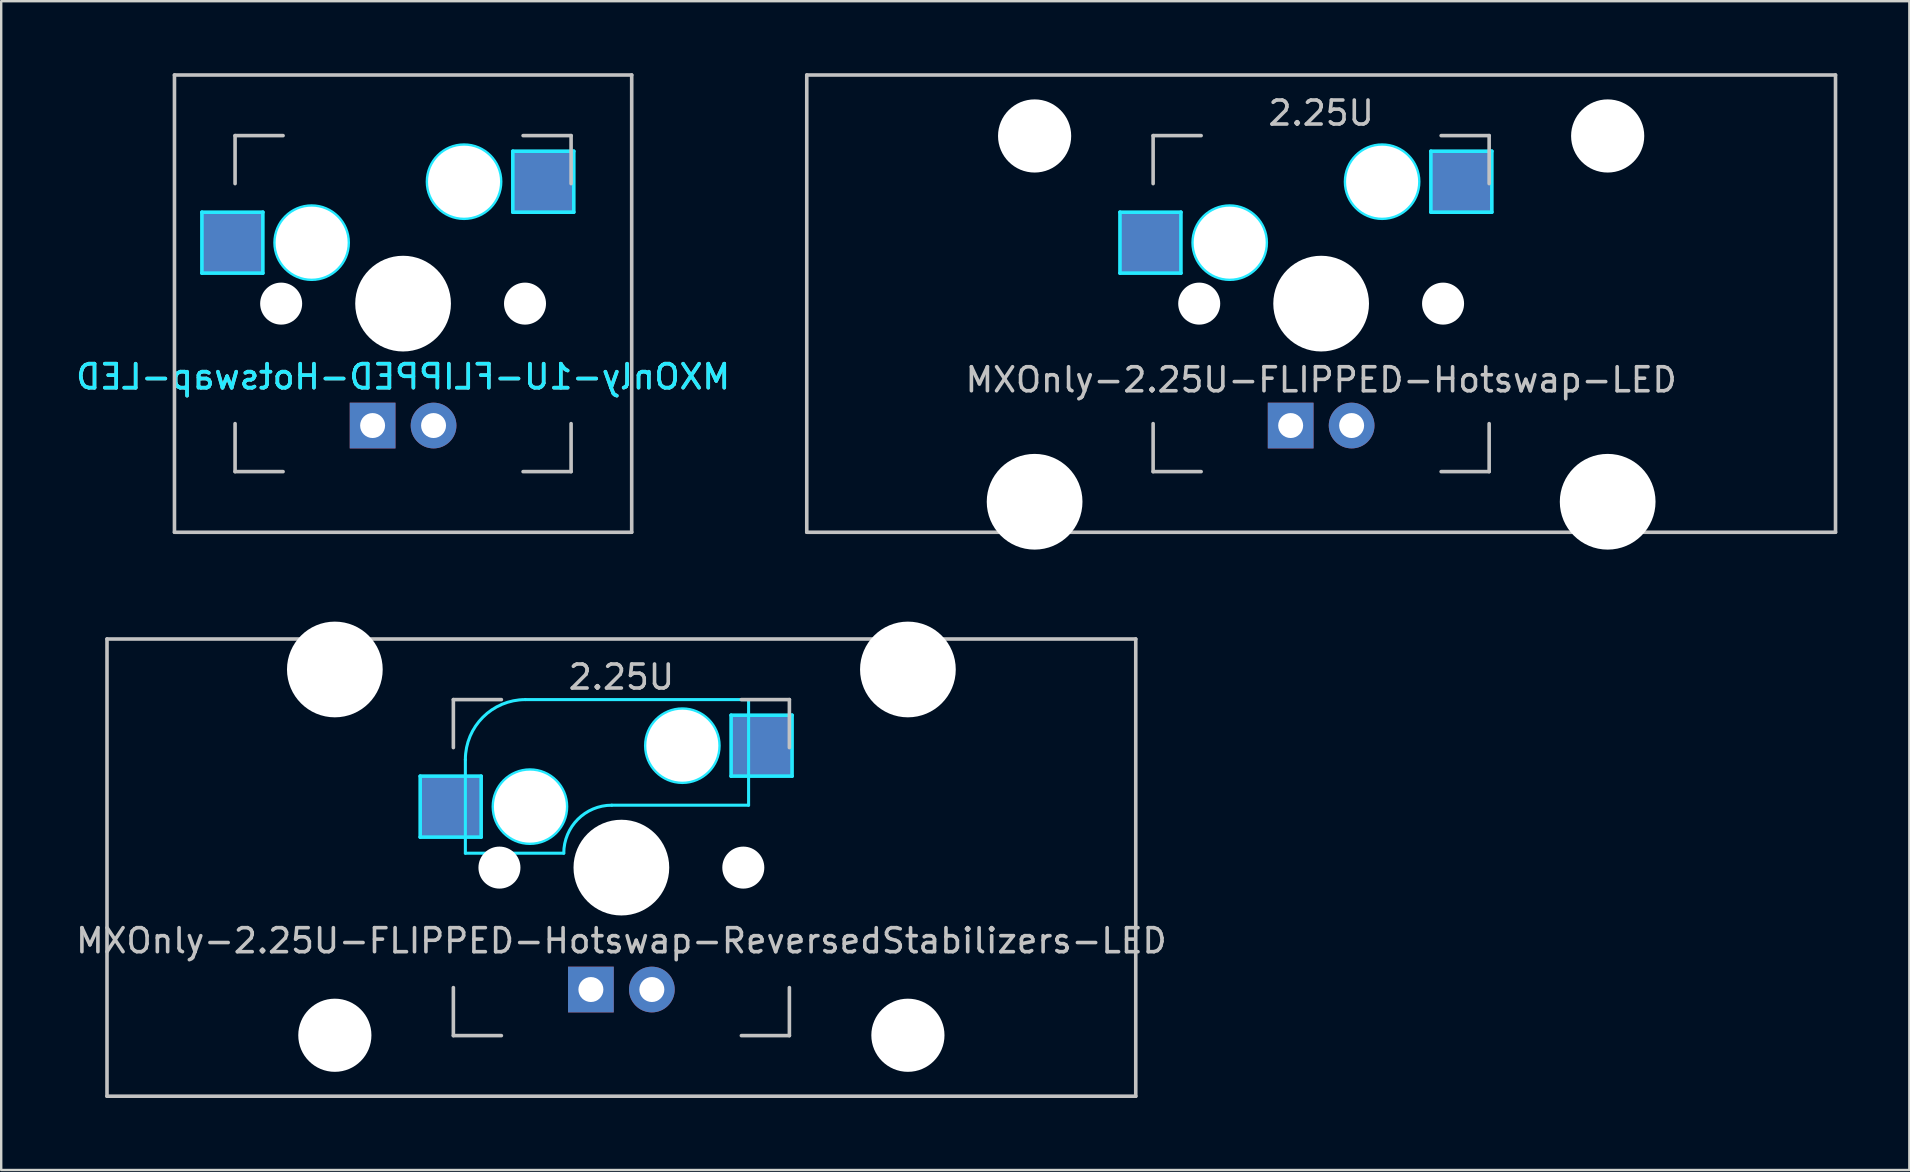
<source format=kicad_pcb>
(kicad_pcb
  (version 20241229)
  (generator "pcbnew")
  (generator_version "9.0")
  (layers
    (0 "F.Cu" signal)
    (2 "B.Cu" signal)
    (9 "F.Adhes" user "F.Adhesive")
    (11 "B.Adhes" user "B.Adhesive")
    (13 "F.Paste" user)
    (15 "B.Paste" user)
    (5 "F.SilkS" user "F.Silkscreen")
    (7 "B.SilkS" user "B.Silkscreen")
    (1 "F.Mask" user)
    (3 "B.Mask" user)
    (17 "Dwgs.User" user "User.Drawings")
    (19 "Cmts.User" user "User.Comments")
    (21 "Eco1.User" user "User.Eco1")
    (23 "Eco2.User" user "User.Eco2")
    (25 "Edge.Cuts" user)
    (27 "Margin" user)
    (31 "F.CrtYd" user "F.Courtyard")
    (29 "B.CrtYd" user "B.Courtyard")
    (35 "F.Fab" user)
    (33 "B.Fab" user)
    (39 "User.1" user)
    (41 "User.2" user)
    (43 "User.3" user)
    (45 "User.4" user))
  (footprint "MXOnly-1U-FLIPPED-Hotswap-LED"
    (layer "F.Cu")
    (at 13.744 9.6)
    (property "Reference" "MXOnly-1U-FLIPPED-Hotswap-LED" (at 0 3.048 0) (layer "B.CrtYd") (effects (font (size 1 1) (thickness 0.15)) (justify mirror)))
    (attr smd)
    (fp_line (start -9.525 -9.525) (end 9.525 -9.525) (stroke (width 0.15) (type solid)) (layer "Dwgs.User"))
    (fp_line (start -9.525 9.525) (end -9.525 -9.525) (stroke (width 0.15) (type solid)) (layer "Dwgs.User"))
    (fp_line (start -7 -7) (end -7 -5) (stroke (width 0.15) (type solid)) (layer "Dwgs.User"))
    (fp_line (start -7 5) (end -7 7) (stroke (width 0.15) (type solid)) (layer "Dwgs.User"))
    (fp_line (start -7 7) (end -5 7) (stroke (width 0.15) (type solid)) (layer "Dwgs.User"))
    (fp_line (start -5 -7) (end -7 -7) (stroke (width 0.15) (type solid)) (layer "Dwgs.User"))
    (fp_line (start 5 -7) (end 7 -7) (stroke (width 0.15) (type solid)) (layer "Dwgs.User"))
    (fp_line (start 5 7) (end 7 7) (stroke (width 0.15) (type solid)) (layer "Dwgs.User"))
    (fp_line (start 7 -7) (end 7 -5) (stroke (width 0.15) (type solid)) (layer "Dwgs.User"))
    (fp_line (start 7 7) (end 7 5) (stroke (width 0.15) (type solid)) (layer "Dwgs.User"))
    (fp_line (start 9.525 -9.525) (end 9.525 9.525) (stroke (width 0.15) (type solid)) (layer "Dwgs.User"))
    (fp_line (start 9.525 9.525) (end -9.525 9.525) (stroke (width 0.15) (type solid)) (layer "Dwgs.User"))
    (fp_line (start -8.382 -3.81) (end -8.382 -1.27) (stroke (width 0.15) (type solid)) (layer "B.CrtYd"))
    (fp_line (start -8.382 -1.27) (end -5.842 -1.27) (stroke (width 0.15) (type solid)) (layer "B.CrtYd"))
    (fp_line (start -5.842 -3.81) (end -8.382 -3.81) (stroke (width 0.15) (type solid)) (layer "B.CrtYd"))
    (fp_line (start -5.842 -1.27) (end -5.842 -3.81) (stroke (width 0.15) (type solid)) (layer "B.CrtYd"))
    (fp_line (start 4.572 -6.35) (end 7.112 -6.35) (stroke (width 0.15) (type solid)) (layer "B.CrtYd"))
    (fp_line (start 4.572 -3.81) (end 4.572 -6.35) (stroke (width 0.15) (type solid)) (layer "B.CrtYd"))
    (fp_line (start 7.112 -6.35) (end 7.112 -3.81) (stroke (width 0.15) (type solid)) (layer "B.CrtYd"))
    (fp_line (start 7.112 -3.81) (end 4.572 -3.81) (stroke (width 0.15) (type solid)) (layer "B.CrtYd"))
    (fp_circle (center -3.81 -2.54) (end -3.81 -4.064) (stroke (width 0.15) (type solid)) (fill no) (layer "B.CrtYd"))
    (fp_circle (center 2.54 -5.08) (end 2.54 -6.604) (stroke (width 0.15) (type solid)) (fill no) (layer "B.CrtYd"))
    (fp_text user "${REFERENCE}" (at 0 3.048 0) (layer "B.SilkS") (effects (font (size 1 1) (thickness 0.15)) (justify mirror)))
    (pad "" np_thru_hole circle (at -5.08 0 48.1) (size 1.75 1.75) (drill 1.75) (layers "*.Cu" "*.Mask"))
    (pad "" np_thru_hole circle (at -3.81 -2.54) (size 3 3) (drill 3) (layers "*.Cu" "*.Mask"))
    (pad "" np_thru_hole circle (at 0 0) (size 3.988 3.988) (drill 3.988) (layers "*.Cu" "*.Mask"))
    (pad "" np_thru_hole circle (at 2.54 -5.08) (size 3 3) (drill 3) (layers "*.Cu" "*.Mask"))
    (pad "" np_thru_hole circle (at 5.08 0 48.1) (size 1.75 1.75) (drill 1.75) (layers "*.Cu" "*.Mask"))
    (pad "1" smd rect (at -7.085 -2.54) (size 2.55 2.5) (layers "B.Cu" "B.Mask" "B.Paste"))
    (pad "2" smd rect (at 5.842 -5.08) (size 2.55 2.5) (layers "B.Cu" "B.Mask" "B.Paste"))
    (pad "3" thru_hole circle (at 1.27 5.08) (size 1.905 1.905) (drill 1.04) (layers "*.Cu" "B.Mask"))
    (pad "4" thru_hole rect (at -1.27 5.08) (size 1.905 1.905) (drill 1.04) (layers "*.Cu" "B.Mask")))
  (footprint "MXOnly-2.25U-FLIPPED-Hotswap-LED"
    (layer "F.Cu")
    (at 51.994 9.6)
    (property "Reference" "MXOnly-2.25U-FLIPPED-Hotswap-LED" (at 0 3.175 0) (layer "Dwgs.User") (effects (font (size 1 1) (thickness 0.15))))
    (attr through_hole)
    (fp_line (start -21.431 -9.525) (end 21.431 -9.525) (stroke (width 0.15) (type solid)) (layer "Dwgs.User"))
    (fp_line (start -21.431 9.525) (end -21.431 -9.525) (stroke (width 0.15) (type solid)) (layer "Dwgs.User"))
    (fp_line (start -7 -7) (end -7 -5) (stroke (width 0.15) (type solid)) (layer "Dwgs.User"))
    (fp_line (start -7 5) (end -7 7) (stroke (width 0.15) (type solid)) (layer "Dwgs.User"))
    (fp_line (start -7 7) (end -5 7) (stroke (width 0.15) (type solid)) (layer "Dwgs.User"))
    (fp_line (start -5 -7) (end -7 -7) (stroke (width 0.15) (type solid)) (layer "Dwgs.User"))
    (fp_line (start 5 -7) (end 7 -7) (stroke (width 0.15) (type solid)) (layer "Dwgs.User"))
    (fp_line (start 5 7) (end 7 7) (stroke (width 0.15) (type solid)) (layer "Dwgs.User"))
    (fp_line (start 7 -7) (end 7 -5) (stroke (width 0.15) (type solid)) (layer "Dwgs.User"))
    (fp_line (start 7 7) (end 7 5) (stroke (width 0.15) (type solid)) (layer "Dwgs.User"))
    (fp_line (start 21.431 -9.525) (end 21.431 9.525) (stroke (width 0.15) (type solid)) (layer "Dwgs.User"))
    (fp_line (start 21.431 9.525) (end -21.431 9.525) (stroke (width 0.15) (type solid)) (layer "Dwgs.User"))
    (fp_line (start -8.382 -3.81) (end -5.842 -3.81) (stroke (width 0.15) (type solid)) (layer "B.CrtYd"))
    (fp_line (start -8.382 -1.27) (end -8.382 -3.81) (stroke (width 0.15) (type solid)) (layer "B.CrtYd"))
    (fp_line (start -5.842 -3.81) (end -5.842 -1.27) (stroke (width 0.15) (type solid)) (layer "B.CrtYd"))
    (fp_line (start -5.842 -1.27) (end -8.382 -1.27) (stroke (width 0.15) (type solid)) (layer "B.CrtYd"))
    (fp_line (start 4.572 -6.35) (end 7.112 -6.35) (stroke (width 0.15) (type solid)) (layer "B.CrtYd"))
    (fp_line (start 4.572 -3.81) (end 4.572 -6.35) (stroke (width 0.15) (type solid)) (layer "B.CrtYd"))
    (fp_line (start 7.112 -6.35) (end 7.112 -3.81) (stroke (width 0.15) (type solid)) (layer "B.CrtYd"))
    (fp_line (start 7.112 -3.81) (end 4.572 -3.81) (stroke (width 0.15) (type solid)) (layer "B.CrtYd"))
    (fp_circle (center -3.81 -2.54) (end -3.81 -4.064) (stroke (width 0.15) (type solid)) (fill no) (layer "B.CrtYd"))
    (fp_circle (center 2.54 -5.08) (end 2.54 -6.604) (stroke (width 0.15) (type solid)) (fill no) (layer "B.CrtYd"))
    (fp_text user "2.25U" (at 0 -7.938 0) (layer "Dwgs.User") (effects (font (size 1 1) (thickness 0.15))))
    (pad "" np_thru_hole circle (at -11.938 -6.985) (size 3.048 3.048) (drill 3.048) (layers "*.Cu" "*.Mask"))
    (pad "" np_thru_hole circle (at -11.938 8.255) (size 3.988 3.988) (drill 3.988) (layers "*.Cu" "*.Mask"))
    (pad "" np_thru_hole circle (at -5.08 0 48.1) (size 1.75 1.75) (drill 1.75) (layers "*.Cu" "*.Mask"))
    (pad "" np_thru_hole circle (at -3.81 -2.54) (size 3 3) (drill 3) (layers "*.Cu" "*.Mask"))
    (pad "" np_thru_hole circle (at 0 0) (size 3.988 3.988) (drill 3.988) (layers "*.Cu" "*.Mask"))
    (pad "" np_thru_hole circle (at 2.54 -5.08) (size 3 3) (drill 3) (layers "*.Cu" "*.Mask"))
    (pad "" np_thru_hole circle (at 5.08 0 48.1) (size 1.75 1.75) (drill 1.75) (layers "*.Cu" "*.Mask"))
    (pad "" np_thru_hole circle (at 11.938 -6.985) (size 3.048 3.048) (drill 3.048) (layers "*.Cu" "*.Mask"))
    (pad "" np_thru_hole circle (at 11.938 8.255) (size 3.988 3.988) (drill 3.988) (layers "*.Cu" "*.Mask"))
    (pad "1" smd rect (at -7.085 -2.54) (size 2.55 2.5) (layers "B.Cu" "B.Mask" "B.Paste"))
    (pad "2" smd rect (at 5.842 -5.08) (size 2.55 2.5) (layers "B.Cu" "B.Mask" "B.Paste"))
    (pad "3" thru_hole circle (at 1.27 5.08) (size 1.905 1.905) (drill 1.04) (layers "*.Cu" "B.Mask"))
    (pad "4" thru_hole rect (at -1.27 5.08) (size 1.905 1.905) (drill 1.04) (layers "*.Cu" "B.Mask")))
  (footprint "MXOnly-2.25U-FLIPPED-Hotswap-ReversedStabilizers-LED"
    (layer "F.Cu")
    (at 22.839 33.098)
    (property "Reference" "MXOnly-2.25U-FLIPPED-Hotswap-ReversedStabilizers-LED" (at 0 3.048 0) (layer "Dwgs.User") (effects (font (size 1 1) (thickness 0.15))))
    (attr smd)
    (fp_line (start -21.431 -9.525) (end 21.431 -9.525) (stroke (width 0.15) (type solid)) (layer "Dwgs.User"))
    (fp_line (start -21.431 9.525) (end -21.431 -9.525) (stroke (width 0.15) (type solid)) (layer "Dwgs.User"))
    (fp_line (start -7 -7) (end -7 -5) (stroke (width 0.15) (type solid)) (layer "Dwgs.User"))
    (fp_line (start -7 5) (end -7 7) (stroke (width 0.15) (type solid)) (layer "Dwgs.User"))
    (fp_line (start -7 7) (end -5 7) (stroke (width 0.15) (type solid)) (layer "Dwgs.User"))
    (fp_line (start -5 -7) (end -7 -7) (stroke (width 0.15) (type solid)) (layer "Dwgs.User"))
    (fp_line (start 5 -7) (end 7 -7) (stroke (width 0.15) (type solid)) (layer "Dwgs.User"))
    (fp_line (start 5 7) (end 7 7) (stroke (width 0.15) (type solid)) (layer "Dwgs.User"))
    (fp_line (start 7 -7) (end 7 -5) (stroke (width 0.15) (type solid)) (layer "Dwgs.User"))
    (fp_line (start 7 7) (end 7 5) (stroke (width 0.15) (type solid)) (layer "Dwgs.User"))
    (fp_line (start 21.431 -9.525) (end 21.431 9.525) (stroke (width 0.15) (type solid)) (layer "Dwgs.User"))
    (fp_line (start 21.431 9.525) (end -21.431 9.525) (stroke (width 0.15) (type solid)) (layer "Dwgs.User"))
    (fp_line (start -8.382 -3.81) (end -5.842 -3.81) (stroke (width 0.15) (type solid)) (layer "B.CrtYd"))
    (fp_line (start -8.382 -1.27) (end -8.382 -3.81) (stroke (width 0.15) (type solid)) (layer "B.CrtYd"))
    (fp_line (start -6.5 -4.5) (end -6.5 -0.6) (stroke (width 0.127) (type solid)) (layer "B.CrtYd"))
    (fp_line (start -6.5 -0.6) (end -2.4 -0.6) (stroke (width 0.127) (type solid)) (layer "B.CrtYd"))
    (fp_line (start -5.842 -3.81) (end -5.842 -1.27) (stroke (width 0.15) (type solid)) (layer "B.CrtYd"))
    (fp_line (start -5.842 -1.27) (end -8.382 -1.27) (stroke (width 0.15) (type solid)) (layer "B.CrtYd"))
    (fp_line (start -0.4 -2.6) (end 5.3 -2.6) (stroke (width 0.127) (type solid)) (layer "B.CrtYd"))
    (fp_line (start 4.572 -6.35) (end 7.112 -6.35) (stroke (width 0.15) (type solid)) (layer "B.CrtYd"))
    (fp_line (start 4.572 -3.81) (end 4.572 -6.35) (stroke (width 0.15) (type solid)) (layer "B.CrtYd"))
    (fp_line (start 5.3 -7) (end -4 -7) (stroke (width 0.127) (type solid)) (layer "B.CrtYd"))
    (fp_line (start 5.3 -7) (end 5.3 -2.6) (stroke (width 0.127) (type solid)) (layer "B.CrtYd"))
    (fp_line (start 7.112 -6.35) (end 7.112 -3.81) (stroke (width 0.15) (type solid)) (layer "B.CrtYd"))
    (fp_line (start 7.112 -3.81) (end 4.572 -3.81) (stroke (width 0.15) (type solid)) (layer "B.CrtYd"))
    (fp_arc (start -6.5 -4.5) (mid -5.767767 -6.267767) (end -4 -7) (stroke (width 0.127) (type solid)) (layer "B.CrtYd"))
    (fp_arc (start -2.4 -0.6) (mid -1.814214 -2.014214) (end -0.4 -2.6) (stroke (width 0.127) (type solid)) (layer "B.CrtYd"))
    (fp_circle (center -3.81 -2.54) (end -3.81 -4.064) (stroke (width 0.15) (type solid)) (fill no) (layer "B.CrtYd"))
    (fp_circle (center 2.54 -5.08) (end 2.54 -6.604) (stroke (width 0.15) (type solid)) (fill no) (layer "B.CrtYd"))
    (fp_text user "2.25U" (at 0 -7.938 0) (layer "Dwgs.User") (effects (font (size 1 1) (thickness 0.15))))
    (pad "" np_thru_hole circle (at -11.938 -8.255) (size 3.988 3.988) (drill 3.988) (layers "*.Cu" "*.Mask"))
    (pad "" np_thru_hole circle (at -11.938 6.985) (size 3.048 3.048) (drill 3.048) (layers "*.Cu" "*.Mask"))
    (pad "" np_thru_hole circle (at -5.08 0 48.1) (size 1.75 1.75) (drill 1.75) (layers "*.Cu" "*.Mask"))
    (pad "" np_thru_hole circle (at -3.81 -2.54) (size 3 3) (drill 3) (layers "*.Cu" "*.Mask"))
    (pad "" np_thru_hole circle (at 0 0) (size 3.988 3.988) (drill 3.988) (layers "*.Cu" "*.Mask"))
    (pad "" np_thru_hole circle (at 2.54 -5.08) (size 3 3) (drill 3) (layers "*.Cu" "*.Mask"))
    (pad "" np_thru_hole circle (at 5.08 0 48.1) (size 1.75 1.75) (drill 1.75) (layers "*.Cu" "*.Mask"))
    (pad "" np_thru_hole circle (at 11.938 -8.255) (size 3.988 3.988) (drill 3.988) (layers "*.Cu" "*.Mask"))
    (pad "" np_thru_hole circle (at 11.938 6.985) (size 3.048 3.048) (drill 3.048) (layers "*.Cu" "*.Mask"))
    (pad "1" smd rect (at -7.085 -2.54) (size 2.55 2.5) (layers "B.Cu" "B.Mask" "B.Paste"))
    (pad "2" smd rect (at 5.842 -5.08) (size 2.55 2.5) (layers "B.Cu" "B.Mask" "B.Paste"))
    (pad "3" thru_hole circle (at 1.27 5.08) (size 1.905 1.905) (drill 1.04) (layers "*.Cu" "B.Mask"))
    (pad "4" thru_hole rect (at -1.27 5.08) (size 1.905 1.905) (drill 1.04) (layers "*.Cu" "B.Mask")))
  (gr_rect
    (start -3 -3)
    (end 76.501 45.698)
    (stroke (width 0.1) (type default))
    (fill no)
    (layer "Edge.Cuts")))
</source>
